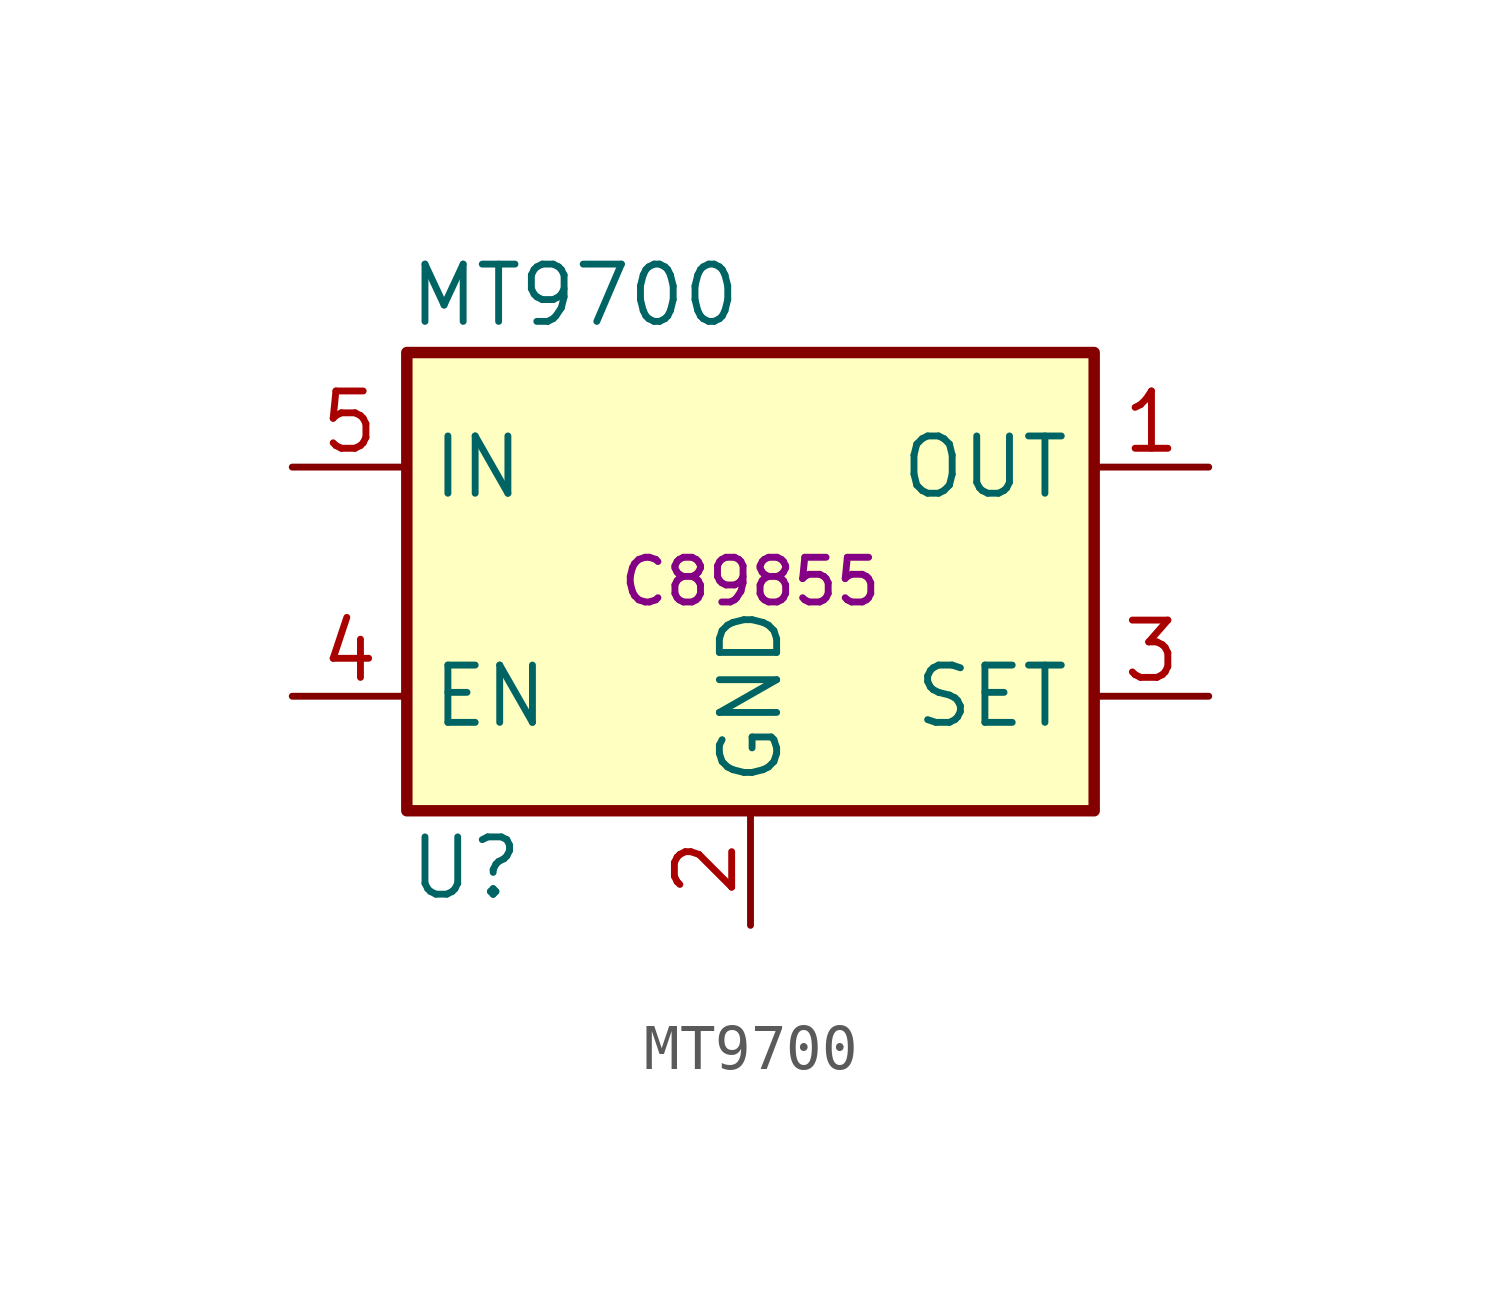
<source format=kicad_sym>
(kicad_symbol_lib
  (version 20231120)
  (generator "kicad_symbol_editor")
  (generator_version "8.0")
  (symbol "MT9700"
    (property "Reference" "U"
      (at -7.62 -6.35 0)
      (effects (font (size 1.27 1.27)) (justify left)))
    (property "Value" "MT9700"
      (at -7.62 6.35 0)
      (effects (font (size 1.27 1.27)) (justify left)))
    (property "LCSC" "C89855"
      (at 0 0 0)
      (effects (font (size 0.991 0.991))))
    (symbol "MT9700_0_1"
      (rectangle (start -7.62 5.08) (end 7.62 -5.08) (stroke (width 0.254) (type default)) (fill (type background))))
    (symbol "MT9700_1_1"
      (pin power_out line (at 10.16 2.54 180) (length 2.54) (name "OUT" (effects (font (size 1.27 1.27)))) (number "1" (effects (font (size 1.27 1.27)))))
      (pin power_in line (at 0 -7.62 90) (length 2.54) (name "GND" (effects (font (size 1.27 1.27)))) (number "2" (effects (font (size 1.27 1.27)))))
      (pin passive line (at 10.16 -2.54 180) (length 2.54) (name "SET" (effects (font (size 1.27 1.27)))) (number "3" (effects (font (size 1.27 1.27)))))
      (pin input line (at -10.16 -2.54 0) (length 2.54) (name "EN" (effects (font (size 1.27 1.27)))) (number "4" (effects (font (size 1.27 1.27)))))
      (pin power_in line (at -10.16 2.54 0) (length 2.54) (name "IN" (effects (font (size 1.27 1.27)))) (number "5" (effects (font (size 1.27 1.27))))))))
</source>
